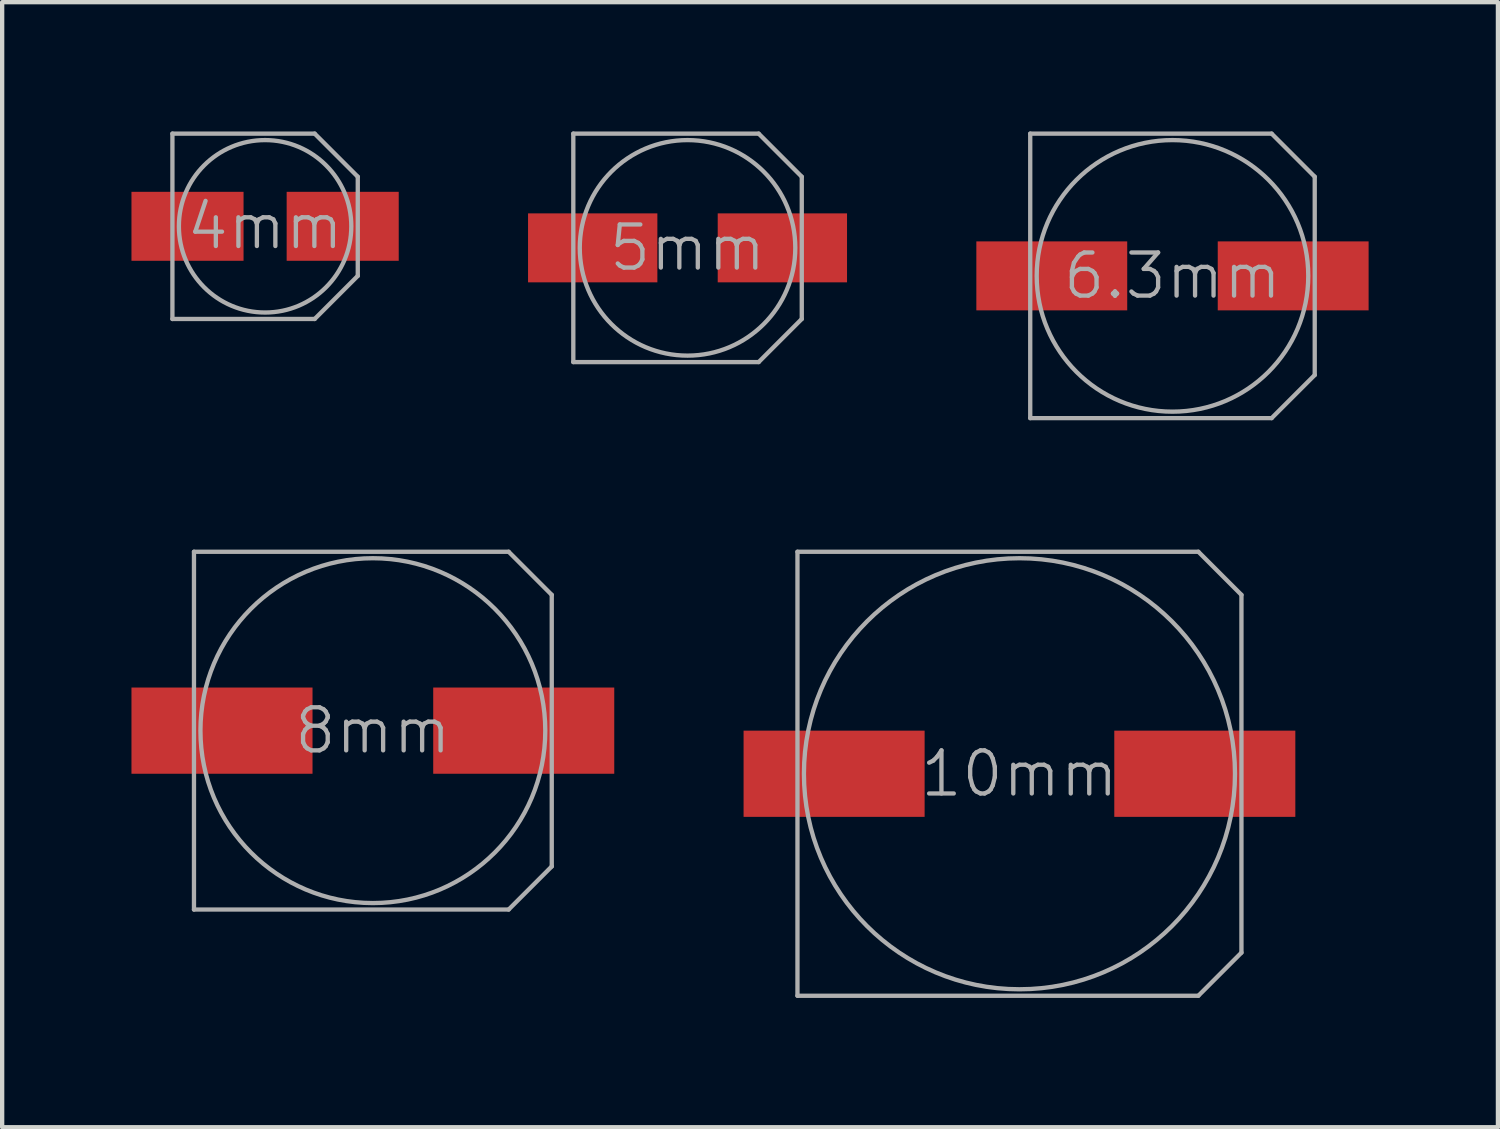
<source format=kicad_pcb>
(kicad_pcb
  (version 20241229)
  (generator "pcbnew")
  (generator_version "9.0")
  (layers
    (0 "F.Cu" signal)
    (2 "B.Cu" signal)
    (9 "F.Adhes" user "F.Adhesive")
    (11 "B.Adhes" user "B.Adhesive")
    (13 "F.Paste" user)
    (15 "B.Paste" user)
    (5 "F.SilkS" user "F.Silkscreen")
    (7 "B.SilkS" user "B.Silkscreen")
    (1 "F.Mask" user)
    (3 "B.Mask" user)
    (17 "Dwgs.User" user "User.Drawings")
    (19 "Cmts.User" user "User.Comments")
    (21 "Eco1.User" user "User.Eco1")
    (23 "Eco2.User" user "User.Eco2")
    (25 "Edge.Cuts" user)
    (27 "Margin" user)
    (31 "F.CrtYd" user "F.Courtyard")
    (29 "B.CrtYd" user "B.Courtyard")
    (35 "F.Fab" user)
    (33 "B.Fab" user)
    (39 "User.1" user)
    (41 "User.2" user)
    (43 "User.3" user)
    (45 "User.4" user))
  (footprint "6.3mm"
    (layer "F.Cu")
    (at 24.15 3.35)
    (property "Reference" "6.3mm" (at 0 0 0) (unlocked yes) (layer "F.Fab") (effects (font (size 1 1) (thickness 0.1))))
    (attr smd)
    (fp_line (start -3.3 -3.3) (end 2.3 -3.3) (stroke (width 0.1) (type default)) (layer "F.Fab"))
    (fp_line (start -3.3 3.3) (end -3.3 -3.3) (stroke (width 0.1) (type default)) (layer "F.Fab"))
    (fp_line (start 2.3 3.3) (end -3.3 3.3) (stroke (width 0.1) (type default)) (layer "F.Fab"))
    (fp_line (start 3.3 -2.3) (end 2.3 -3.3) (stroke (width 0.1) (type default)) (layer "F.Fab"))
    (fp_line (start 3.3 2.3) (end 2.3 3.3) (stroke (width 0.1) (type default)) (layer "F.Fab"))
    (fp_line (start 3.3 2.3) (end 3.3 -2.3) (stroke (width 0.1) (type default)) (layer "F.Fab"))
    (fp_circle (center 0 0) (end -3.15 0) (stroke (width 0.1) (type default)) (fill no) (layer "F.Fab"))
    (pad "1" smd rect (at -2.8 0 180) (size 3.5 1.6) (layers "F.Cu" "F.Mask" "F.Paste"))
    (pad "2" smd rect (at 2.8 0 180) (size 3.5 1.6) (layers "F.Cu" "F.Mask" "F.Paste")))
  (footprint "10mm"
    (layer "F.Cu")
    (at 20.6 14.9)
    (property "Reference" "10mm" (at 0 0 0) (unlocked yes) (layer "F.Fab") (effects (font (size 1 1) (thickness 0.1))))
    (attr smd)
    (fp_line (start -5.15 -5.15) (end -5.15 5.15) (stroke (width 0.1) (type default)) (layer "F.Fab"))
    (fp_line (start 4.15 -5.15) (end -5.15 -5.15) (stroke (width 0.1) (type default)) (layer "F.Fab"))
    (fp_line (start 4.15 5.15) (end -5.15 5.15) (stroke (width 0.1) (type default)) (layer "F.Fab"))
    (fp_line (start 5.15 -4.15) (end 4.15 -5.15) (stroke (width 0.1) (type default)) (layer "F.Fab"))
    (fp_line (start 5.15 4.15) (end 4.15 5.15) (stroke (width 0.1) (type default)) (layer "F.Fab"))
    (fp_line (start 5.15 4.15) (end 5.15 -4.15) (stroke (width 0.1) (type default)) (layer "F.Fab"))
    (fp_circle (center 0 0) (end -5 0) (stroke (width 0.1) (type default)) (fill no) (layer "F.Fab"))
    (pad "1" smd rect (at -4.3 0 180) (size 4.2 2) (layers "F.Cu" "F.Mask" "F.Paste"))
    (pad "2" smd rect (at 4.3 0 180) (size 4.2 2) (layers "F.Cu" "F.Mask" "F.Paste")))
  (footprint "8mm"
    (layer "F.Cu")
    (at 5.6 13.9)
    (property "Reference" "8mm" (at 0 0 0) (unlocked yes) (layer "F.Fab") (effects (font (size 1 1) (thickness 0.1))))
    (attr smd)
    (fp_line (start -4.15 -4.15) (end -4.15 4.15) (stroke (width 0.1) (type default)) (layer "F.Fab"))
    (fp_line (start 3.15 -4.15) (end -4.15 -4.15) (stroke (width 0.1) (type default)) (layer "F.Fab"))
    (fp_line (start 3.15 4.15) (end -4.15 4.15) (stroke (width 0.1) (type default)) (layer "F.Fab"))
    (fp_line (start 4.15 -3.15) (end 3.15 -4.15) (stroke (width 0.1) (type default)) (layer "F.Fab"))
    (fp_line (start 4.15 -3.15) (end 4.15 3.15) (stroke (width 0.1) (type default)) (layer "F.Fab"))
    (fp_line (start 4.15 3.15) (end 3.15 4.15) (stroke (width 0.1) (type default)) (layer "F.Fab"))
    (fp_circle (center 0 0) (end -4 0) (stroke (width 0.1) (type default)) (fill no) (layer "F.Fab"))
    (pad "1" smd rect (at -3.5 0 180) (size 4.2 2) (layers "F.Cu" "F.Mask" "F.Paste"))
    (pad "2" smd rect (at 3.5 0 180) (size 4.2 2) (layers "F.Cu" "F.Mask" "F.Paste")))
  (footprint "5mm"
    (layer "F.Cu")
    (at 12.9 2.7)
    (property "Reference" "5mm" (at 0 0 0) (unlocked yes) (layer "F.Fab") (effects (font (size 1 1) (thickness 0.1))))
    (attr smd)
    (fp_line (start -2.65 -2.65) (end 1.65 -2.65) (stroke (width 0.1) (type default)) (layer "F.Fab"))
    (fp_line (start -2.65 2.65) (end -2.65 -2.65) (stroke (width 0.1) (type default)) (layer "F.Fab"))
    (fp_line (start 1.65 2.65) (end -2.65 2.65) (stroke (width 0.1) (type default)) (layer "F.Fab"))
    (fp_line (start 2.65 -1.65) (end 1.65 -2.65) (stroke (width 0.1) (type default)) (layer "F.Fab"))
    (fp_line (start 2.65 -1.65) (end 2.65 1.65) (stroke (width 0.1) (type default)) (layer "F.Fab"))
    (fp_line (start 2.65 1.65) (end 1.65 2.65) (stroke (width 0.1) (type default)) (layer "F.Fab"))
    (fp_circle (center 0 0) (end -2.5 0) (stroke (width 0.1) (type default)) (fill no) (layer "F.Fab"))
    (pad "1" smd rect (at -2.2 0 180) (size 3 1.6) (layers "F.Cu" "F.Mask" "F.Paste"))
    (pad "2" smd rect (at 2.2 0 180) (size 3 1.6) (layers "F.Cu" "F.Mask" "F.Paste")))
  (footprint "4mm"
    (layer "F.Cu")
    (at 3.1 2.2)
    (property "Reference" "4mm" (at 0 0 0) (unlocked yes) (layer "F.Fab") (effects (font (size 1 1) (thickness 0.1))))
    (attr smd)
    (fp_line (start -2.15 -2.15) (end 1.15 -2.15) (stroke (width 0.1) (type default)) (layer "F.Fab"))
    (fp_line (start -2.15 2.15) (end -2.15 -2.15) (stroke (width 0.1) (type default)) (layer "F.Fab"))
    (fp_line (start 1.15 2.15) (end -2.15 2.15) (stroke (width 0.1) (type default)) (layer "F.Fab"))
    (fp_line (start 2.15 -1.15) (end 1.15 -2.15) (stroke (width 0.1) (type default)) (layer "F.Fab"))
    (fp_line (start 2.15 -1.15) (end 2.15 1.15) (stroke (width 0.1) (type default)) (layer "F.Fab"))
    (fp_line (start 2.15 1.15) (end 1.15 2.15) (stroke (width 0.1) (type default)) (layer "F.Fab"))
    (fp_circle (center 0 0) (end -2 0) (stroke (width 0.1) (type default)) (fill no) (layer "F.Fab"))
    (pad "1" smd rect (at -1.8 0 180) (size 2.6 1.6) (layers "F.Cu" "F.Mask" "F.Paste"))
    (pad "2" smd rect (at 1.8 0 180) (size 2.6 1.6) (layers "F.Cu" "F.Mask" "F.Paste")))
  (gr_rect
    (start -3 -3)
    (end 31.7 23.1)
    (stroke (width 0.1) (type default))
    (fill no)
    (layer "Edge.Cuts")))
</source>
